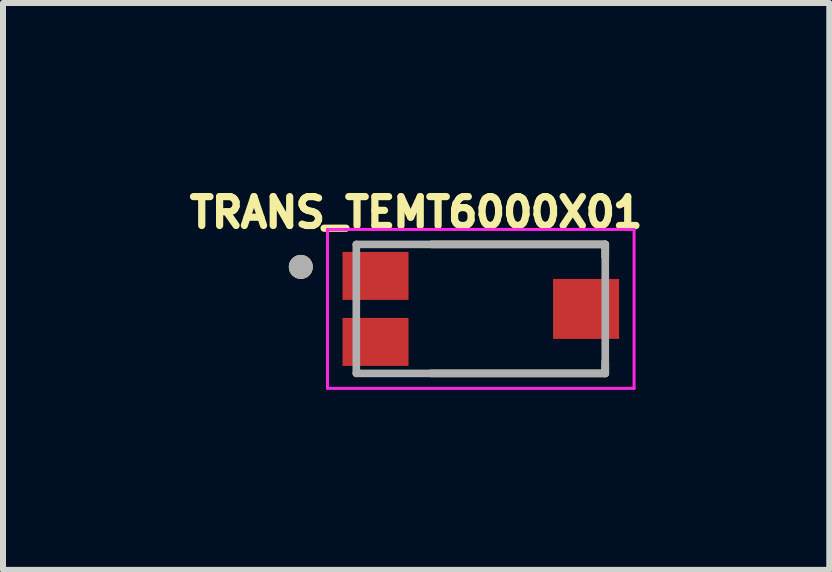
<source format=kicad_pcb>
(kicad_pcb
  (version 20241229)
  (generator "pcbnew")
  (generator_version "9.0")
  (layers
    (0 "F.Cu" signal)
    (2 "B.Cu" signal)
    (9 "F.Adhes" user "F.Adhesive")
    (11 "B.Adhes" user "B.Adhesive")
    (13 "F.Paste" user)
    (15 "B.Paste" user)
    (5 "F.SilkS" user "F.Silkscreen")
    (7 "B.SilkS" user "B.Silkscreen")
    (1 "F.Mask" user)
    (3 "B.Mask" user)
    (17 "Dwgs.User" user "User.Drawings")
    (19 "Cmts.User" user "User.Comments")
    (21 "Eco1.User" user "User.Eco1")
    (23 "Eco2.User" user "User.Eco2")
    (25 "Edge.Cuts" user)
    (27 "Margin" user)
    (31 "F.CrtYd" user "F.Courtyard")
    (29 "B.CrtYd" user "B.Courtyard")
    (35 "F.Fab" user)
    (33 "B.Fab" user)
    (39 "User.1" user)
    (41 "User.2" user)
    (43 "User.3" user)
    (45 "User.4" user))
  (footprint "TRANS_TEMT6000X01"
    (layer "F.Cu")
    (at 4.964 2.099)
    (property "Reference" "TRANS_TEMT6000X01" (at -1.078 -1.607 0) (layer "F.SilkS") (effects (font (size 0.481 0.481) (thickness 0.15))))
    (attr through_hole)
    (fp_line (start -0.82 -1.075) (end 2.075 -1.075) (stroke (width 0.127) (type solid)) (layer "F.SilkS"))
    (fp_line (start 2.075 -1.075) (end 2.075 -0.87) (stroke (width 0.127) (type solid)) (layer "F.SilkS"))
    (fp_line (start 2.075 0.88) (end 2.075 1.075) (stroke (width 0.127) (type solid)) (layer "F.SilkS"))
    (fp_line (start 2.075 1.075) (end -0.83 1.075) (stroke (width 0.127) (type solid)) (layer "F.SilkS"))
    (fp_circle (center -3 -0.7) (end -2.9 -0.7) (stroke (width 0.2) (type solid)) (fill no) (layer "F.SilkS"))
    (fp_line (start -2.555 -1.325) (end 2.555 -1.325) (stroke (width 0.05) (type solid)) (layer "F.CrtYd"))
    (fp_line (start -2.555 1.325) (end -2.555 -1.325) (stroke (width 0.05) (type solid)) (layer "F.CrtYd"))
    (fp_line (start 2.555 -1.325) (end 2.555 1.325) (stroke (width 0.05) (type solid)) (layer "F.CrtYd"))
    (fp_line (start 2.555 1.325) (end -2.555 1.325) (stroke (width 0.05) (type solid)) (layer "F.CrtYd"))
    (fp_line (start -2.075 -1.075) (end 2.075 -1.075) (stroke (width 0.127) (type solid)) (layer "F.Fab"))
    (fp_line (start -2.075 1.075) (end -2.075 -1.075) (stroke (width 0.127) (type solid)) (layer "F.Fab"))
    (fp_line (start 2.075 -1.075) (end 2.075 1.075) (stroke (width 0.127) (type solid)) (layer "F.Fab"))
    (fp_line (start 2.075 1.075) (end -2.075 1.075) (stroke (width 0.127) (type solid)) (layer "F.Fab"))
    (fp_circle (center -3 -0.7) (end -2.9 -0.7) (stroke (width 0.2) (type solid)) (fill no) (layer "F.Fab"))
    (pad "1" smd rect (at -1.755 -0.55) (size 1.1 0.8) (layers "F.Cu" "F.Mask" "F.Paste"))
    (pad "2" smd rect (at -1.755 0.55) (size 1.1 0.8) (layers "F.Cu" "F.Mask" "F.Paste"))
    (pad "3" smd rect (at 1.755 0) (size 1.1 1) (layers "F.Cu" "F.Mask" "F.Paste")))
  (gr_rect
    (start -3 -3)
    (end 10.773 6.449)
    (stroke (width 0.1) (type default))
    (fill no)
    (layer "Edge.Cuts")))
</source>
